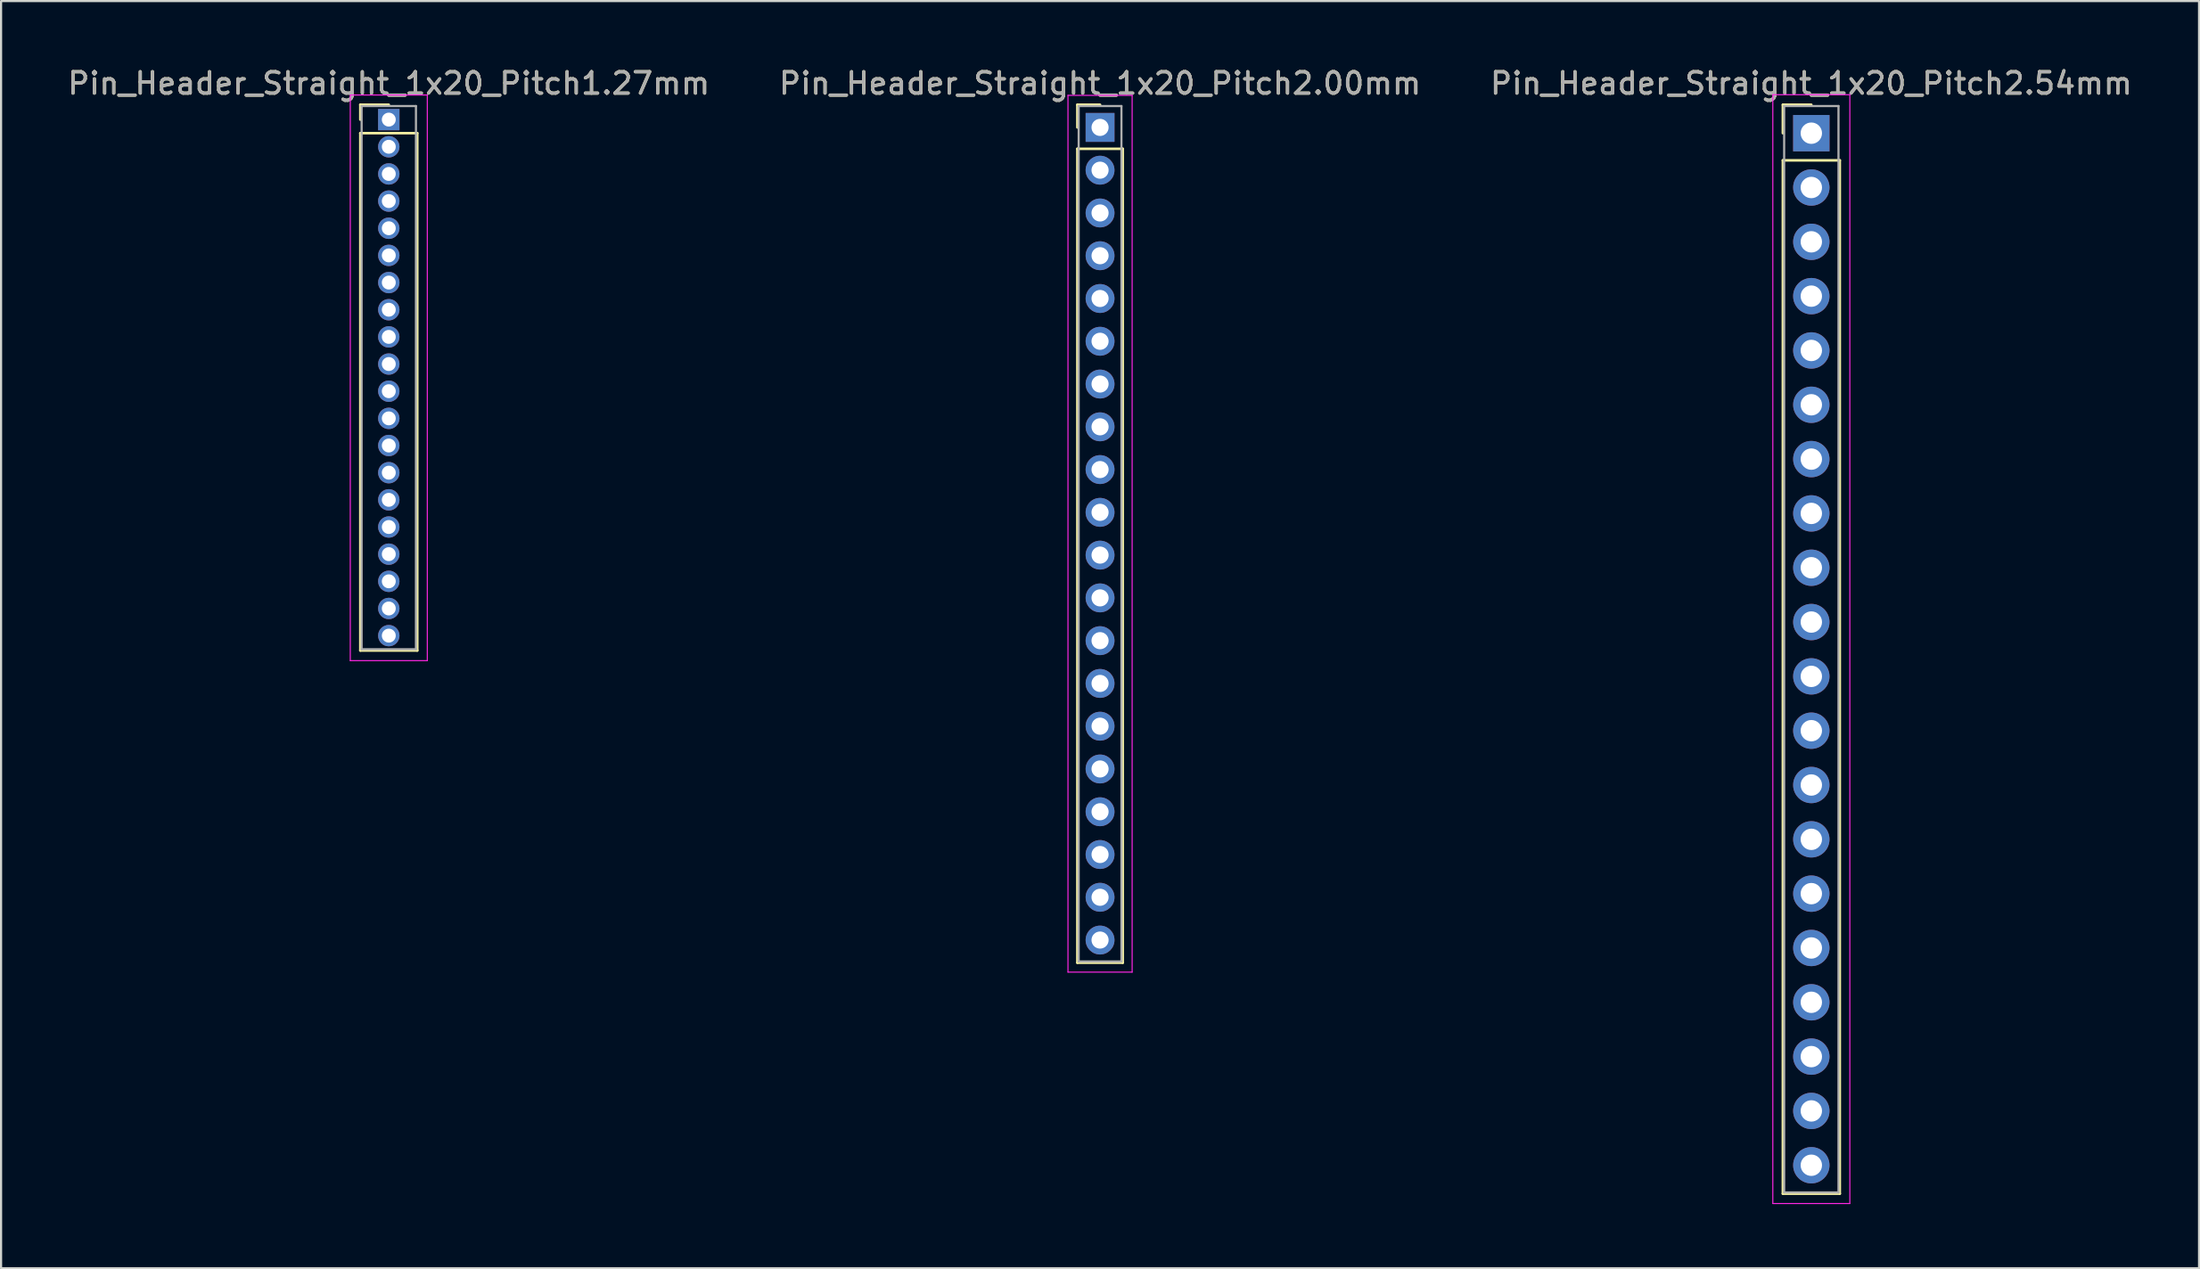
<source format=kicad_pcb>
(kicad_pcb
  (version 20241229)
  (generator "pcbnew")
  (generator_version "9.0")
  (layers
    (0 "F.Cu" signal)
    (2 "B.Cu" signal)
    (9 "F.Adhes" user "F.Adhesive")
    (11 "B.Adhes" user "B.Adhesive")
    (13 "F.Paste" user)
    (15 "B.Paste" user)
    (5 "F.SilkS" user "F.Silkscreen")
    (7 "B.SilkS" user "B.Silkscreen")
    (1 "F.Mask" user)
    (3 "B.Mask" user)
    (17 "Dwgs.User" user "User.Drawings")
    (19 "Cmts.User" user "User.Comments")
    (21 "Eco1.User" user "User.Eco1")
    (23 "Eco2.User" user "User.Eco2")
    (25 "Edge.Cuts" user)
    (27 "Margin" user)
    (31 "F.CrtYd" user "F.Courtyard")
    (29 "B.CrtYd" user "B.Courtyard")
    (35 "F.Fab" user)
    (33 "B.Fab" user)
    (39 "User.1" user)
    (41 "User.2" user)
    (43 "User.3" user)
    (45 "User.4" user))
  (footprint "Pin_Header_Straight_1x20_Pitch2.00mm"
    (layer "F.Cu")
    (at 48.375 2.908)
    (property "Reference" "Pin_Header_Straight_1x20_Pitch2.00mm" (at 0 -2.06 0) (layer "F.SilkS") (effects (font (size 1 1) (thickness 0.15))))
    (attr through_hole)
    (fp_line (start -1.06 -1.06) (end 0 -1.06) (stroke (width 0.12) (type solid)) (layer "F.SilkS"))
    (fp_line (start -1.06 0) (end -1.06 -1.06) (stroke (width 0.12) (type solid)) (layer "F.SilkS"))
    (fp_line (start -1.06 1) (end -1.06 39.06) (stroke (width 0.12) (type solid)) (layer "F.SilkS"))
    (fp_line (start -1.06 39.06) (end 1.06 39.06) (stroke (width 0.12) (type solid)) (layer "F.SilkS"))
    (fp_line (start 1.06 1) (end -1.06 1) (stroke (width 0.12) (type solid)) (layer "F.SilkS"))
    (fp_line (start 1.06 39.06) (end 1.06 1) (stroke (width 0.12) (type solid)) (layer "F.SilkS"))
    (fp_line (start -1.5 -1.5) (end -1.5 39.5) (stroke (width 0.05) (type solid)) (layer "F.CrtYd"))
    (fp_line (start -1.5 39.5) (end 1.5 39.5) (stroke (width 0.05) (type solid)) (layer "F.CrtYd"))
    (fp_line (start 1.5 -1.5) (end -1.5 -1.5) (stroke (width 0.05) (type solid)) (layer "F.CrtYd"))
    (fp_line (start 1.5 39.5) (end 1.5 -1.5) (stroke (width 0.05) (type solid)) (layer "F.CrtYd"))
    (fp_line (start -1 -1) (end -1 39) (stroke (width 0.1) (type solid)) (layer "F.Fab"))
    (fp_line (start -1 39) (end 1 39) (stroke (width 0.1) (type solid)) (layer "F.Fab"))
    (fp_line (start 1 -1) (end -1 -1) (stroke (width 0.1) (type solid)) (layer "F.Fab"))
    (fp_line (start 1 39) (end 1 -1) (stroke (width 0.1) (type solid)) (layer "F.Fab"))
    (fp_text user "${REFERENCE}" (at 0 -2.06 0) (layer "F.Fab") (effects (font (size 1 1) (thickness 0.15))))
    (pad "1" thru_hole rect (at 0 0) (size 1.35 1.35) (drill 0.8) (layers "*.Cu" "*.Mask"))
    (pad "2" thru_hole oval (at 0 2) (size 1.35 1.35) (drill 0.8) (layers "*.Cu" "*.Mask"))
    (pad "3" thru_hole oval (at 0 4) (size 1.35 1.35) (drill 0.8) (layers "*.Cu" "*.Mask"))
    (pad "4" thru_hole oval (at 0 6) (size 1.35 1.35) (drill 0.8) (layers "*.Cu" "*.Mask"))
    (pad "5" thru_hole oval (at 0 8) (size 1.35 1.35) (drill 0.8) (layers "*.Cu" "*.Mask"))
    (pad "6" thru_hole oval (at 0 10) (size 1.35 1.35) (drill 0.8) (layers "*.Cu" "*.Mask"))
    (pad "7" thru_hole oval (at 0 12) (size 1.35 1.35) (drill 0.8) (layers "*.Cu" "*.Mask"))
    (pad "8" thru_hole oval (at 0 14) (size 1.35 1.35) (drill 0.8) (layers "*.Cu" "*.Mask"))
    (pad "9" thru_hole oval (at 0 16) (size 1.35 1.35) (drill 0.8) (layers "*.Cu" "*.Mask"))
    (pad "10" thru_hole oval (at 0 18) (size 1.35 1.35) (drill 0.8) (layers "*.Cu" "*.Mask"))
    (pad "11" thru_hole oval (at 0 20) (size 1.35 1.35) (drill 0.8) (layers "*.Cu" "*.Mask"))
    (pad "12" thru_hole oval (at 0 22) (size 1.35 1.35) (drill 0.8) (layers "*.Cu" "*.Mask"))
    (pad "13" thru_hole oval (at 0 24) (size 1.35 1.35) (drill 0.8) (layers "*.Cu" "*.Mask"))
    (pad "14" thru_hole oval (at 0 26) (size 1.35 1.35) (drill 0.8) (layers "*.Cu" "*.Mask"))
    (pad "15" thru_hole oval (at 0 28) (size 1.35 1.35) (drill 0.8) (layers "*.Cu" "*.Mask"))
    (pad "16" thru_hole oval (at 0 30) (size 1.35 1.35) (drill 0.8) (layers "*.Cu" "*.Mask"))
    (pad "17" thru_hole oval (at 0 32) (size 1.35 1.35) (drill 0.8) (layers "*.Cu" "*.Mask"))
    (pad "18" thru_hole oval (at 0 34) (size 1.35 1.35) (drill 0.8) (layers "*.Cu" "*.Mask"))
    (pad "19" thru_hole oval (at 0 36) (size 1.35 1.35) (drill 0.8) (layers "*.Cu" "*.Mask"))
    (pad "20" thru_hole oval (at 0 38) (size 1.35 1.35) (drill 0.8) (layers "*.Cu" "*.Mask")))
  (footprint "Pin_Header_Straight_1x20_Pitch2.54mm"
    (layer "F.Cu")
    (at 81.625 3.178)
    (property "Reference" "Pin_Header_Straight_1x20_Pitch2.54mm" (at 0 -2.33 0) (layer "F.SilkS") (effects (font (size 1 1) (thickness 0.15))))
    (attr through_hole)
    (fp_line (start -1.33 -1.33) (end 0 -1.33) (stroke (width 0.12) (type solid)) (layer "F.SilkS"))
    (fp_line (start -1.33 0) (end -1.33 -1.33) (stroke (width 0.12) (type solid)) (layer "F.SilkS"))
    (fp_line (start -1.33 1.27) (end -1.33 49.59) (stroke (width 0.12) (type solid)) (layer "F.SilkS"))
    (fp_line (start -1.33 49.59) (end 1.33 49.59) (stroke (width 0.12) (type solid)) (layer "F.SilkS"))
    (fp_line (start 1.33 1.27) (end -1.33 1.27) (stroke (width 0.12) (type solid)) (layer "F.SilkS"))
    (fp_line (start 1.33 49.59) (end 1.33 1.27) (stroke (width 0.12) (type solid)) (layer "F.SilkS"))
    (fp_line (start -1.8 -1.8) (end -1.8 50.05) (stroke (width 0.05) (type solid)) (layer "F.CrtYd"))
    (fp_line (start -1.8 50.05) (end 1.8 50.05) (stroke (width 0.05) (type solid)) (layer "F.CrtYd"))
    (fp_line (start 1.8 -1.8) (end -1.8 -1.8) (stroke (width 0.05) (type solid)) (layer "F.CrtYd"))
    (fp_line (start 1.8 50.05) (end 1.8 -1.8) (stroke (width 0.05) (type solid)) (layer "F.CrtYd"))
    (fp_line (start -1.27 -1.27) (end -1.27 49.53) (stroke (width 0.1) (type solid)) (layer "F.Fab"))
    (fp_line (start -1.27 49.53) (end 1.27 49.53) (stroke (width 0.1) (type solid)) (layer "F.Fab"))
    (fp_line (start 1.27 -1.27) (end -1.27 -1.27) (stroke (width 0.1) (type solid)) (layer "F.Fab"))
    (fp_line (start 1.27 49.53) (end 1.27 -1.27) (stroke (width 0.1) (type solid)) (layer "F.Fab"))
    (fp_text user "${REFERENCE}" (at 0 -2.33 0) (layer "F.Fab") (effects (font (size 1 1) (thickness 0.15))))
    (pad "1" thru_hole rect (at 0 0) (size 1.7 1.7) (drill 1) (layers "*.Cu" "*.Mask"))
    (pad "2" thru_hole oval (at 0 2.54) (size 1.7 1.7) (drill 1) (layers "*.Cu" "*.Mask"))
    (pad "3" thru_hole oval (at 0 5.08) (size 1.7 1.7) (drill 1) (layers "*.Cu" "*.Mask"))
    (pad "4" thru_hole oval (at 0 7.62) (size 1.7 1.7) (drill 1) (layers "*.Cu" "*.Mask"))
    (pad "5" thru_hole oval (at 0 10.16) (size 1.7 1.7) (drill 1) (layers "*.Cu" "*.Mask"))
    (pad "6" thru_hole oval (at 0 12.7) (size 1.7 1.7) (drill 1) (layers "*.Cu" "*.Mask"))
    (pad "7" thru_hole oval (at 0 15.24) (size 1.7 1.7) (drill 1) (layers "*.Cu" "*.Mask"))
    (pad "8" thru_hole oval (at 0 17.78) (size 1.7 1.7) (drill 1) (layers "*.Cu" "*.Mask"))
    (pad "9" thru_hole oval (at 0 20.32) (size 1.7 1.7) (drill 1) (layers "*.Cu" "*.Mask"))
    (pad "10" thru_hole oval (at 0 22.86) (size 1.7 1.7) (drill 1) (layers "*.Cu" "*.Mask"))
    (pad "11" thru_hole oval (at 0 25.4) (size 1.7 1.7) (drill 1) (layers "*.Cu" "*.Mask"))
    (pad "12" thru_hole oval (at 0 27.94) (size 1.7 1.7) (drill 1) (layers "*.Cu" "*.Mask"))
    (pad "13" thru_hole oval (at 0 30.48) (size 1.7 1.7) (drill 1) (layers "*.Cu" "*.Mask"))
    (pad "14" thru_hole oval (at 0 33.02) (size 1.7 1.7) (drill 1) (layers "*.Cu" "*.Mask"))
    (pad "15" thru_hole oval (at 0 35.56) (size 1.7 1.7) (drill 1) (layers "*.Cu" "*.Mask"))
    (pad "16" thru_hole oval (at 0 38.1) (size 1.7 1.7) (drill 1) (layers "*.Cu" "*.Mask"))
    (pad "17" thru_hole oval (at 0 40.64) (size 1.7 1.7) (drill 1) (layers "*.Cu" "*.Mask"))
    (pad "18" thru_hole oval (at 0 43.18) (size 1.7 1.7) (drill 1) (layers "*.Cu" "*.Mask"))
    (pad "19" thru_hole oval (at 0 45.72) (size 1.7 1.7) (drill 1) (layers "*.Cu" "*.Mask"))
    (pad "20" thru_hole oval (at 0 48.26) (size 1.7 1.7) (drill 1) (layers "*.Cu" "*.Mask")))
  (footprint "Pin_Header_Straight_1x20_Pitch1.27mm"
    (layer "F.Cu")
    (at 15.125 2.543)
    (property "Reference" "Pin_Header_Straight_1x20_Pitch1.27mm" (at 0 -1.695 0) (layer "F.SilkS") (effects (font (size 1 1) (thickness 0.15))))
    (attr through_hole)
    (fp_line (start -1.33 -0.695) (end 0 -0.695) (stroke (width 0.12) (type solid)) (layer "F.SilkS"))
    (fp_line (start -1.33 0) (end -1.33 -0.695) (stroke (width 0.12) (type solid)) (layer "F.SilkS"))
    (fp_line (start -1.33 0.635) (end -1.33 24.825) (stroke (width 0.12) (type solid)) (layer "F.SilkS"))
    (fp_line (start -1.33 24.825) (end 1.33 24.825) (stroke (width 0.12) (type solid)) (layer "F.SilkS"))
    (fp_line (start 1.33 0.635) (end -1.33 0.635) (stroke (width 0.12) (type solid)) (layer "F.SilkS"))
    (fp_line (start 1.33 24.825) (end 1.33 0.635) (stroke (width 0.12) (type solid)) (layer "F.SilkS"))
    (fp_line (start -1.8 -1.15) (end -1.8 25.3) (stroke (width 0.05) (type solid)) (layer "F.CrtYd"))
    (fp_line (start -1.8 25.3) (end 1.8 25.3) (stroke (width 0.05) (type solid)) (layer "F.CrtYd"))
    (fp_line (start 1.8 -1.15) (end -1.8 -1.15) (stroke (width 0.05) (type solid)) (layer "F.CrtYd"))
    (fp_line (start 1.8 25.3) (end 1.8 -1.15) (stroke (width 0.05) (type solid)) (layer "F.CrtYd"))
    (fp_line (start -1.27 -0.635) (end -1.27 24.765) (stroke (width 0.1) (type solid)) (layer "F.Fab"))
    (fp_line (start -1.27 24.765) (end 1.27 24.765) (stroke (width 0.1) (type solid)) (layer "F.Fab"))
    (fp_line (start 1.27 -0.635) (end -1.27 -0.635) (stroke (width 0.1) (type solid)) (layer "F.Fab"))
    (fp_line (start 1.27 24.765) (end 1.27 -0.635) (stroke (width 0.1) (type solid)) (layer "F.Fab"))
    (fp_text user "${REFERENCE}" (at 0 -1.695 0) (layer "F.Fab") (effects (font (size 1 1) (thickness 0.15))))
    (pad "1" thru_hole rect (at 0 0) (size 1 1) (drill 0.65) (layers "*.Cu" "*.Mask"))
    (pad "2" thru_hole oval (at 0 1.27) (size 1 1) (drill 0.65) (layers "*.Cu" "*.Mask"))
    (pad "3" thru_hole oval (at 0 2.54) (size 1 1) (drill 0.65) (layers "*.Cu" "*.Mask"))
    (pad "4" thru_hole oval (at 0 3.81) (size 1 1) (drill 0.65) (layers "*.Cu" "*.Mask"))
    (pad "5" thru_hole oval (at 0 5.08) (size 1 1) (drill 0.65) (layers "*.Cu" "*.Mask"))
    (pad "6" thru_hole oval (at 0 6.35) (size 1 1) (drill 0.65) (layers "*.Cu" "*.Mask"))
    (pad "7" thru_hole oval (at 0 7.62) (size 1 1) (drill 0.65) (layers "*.Cu" "*.Mask"))
    (pad "8" thru_hole oval (at 0 8.89) (size 1 1) (drill 0.65) (layers "*.Cu" "*.Mask"))
    (pad "9" thru_hole oval (at 0 10.16) (size 1 1) (drill 0.65) (layers "*.Cu" "*.Mask"))
    (pad "10" thru_hole oval (at 0 11.43) (size 1 1) (drill 0.65) (layers "*.Cu" "*.Mask"))
    (pad "11" thru_hole oval (at 0 12.7) (size 1 1) (drill 0.65) (layers "*.Cu" "*.Mask"))
    (pad "12" thru_hole oval (at 0 13.97) (size 1 1) (drill 0.65) (layers "*.Cu" "*.Mask"))
    (pad "13" thru_hole oval (at 0 15.24) (size 1 1) (drill 0.65) (layers "*.Cu" "*.Mask"))
    (pad "14" thru_hole oval (at 0 16.51) (size 1 1) (drill 0.65) (layers "*.Cu" "*.Mask"))
    (pad "15" thru_hole oval (at 0 17.78) (size 1 1) (drill 0.65) (layers "*.Cu" "*.Mask"))
    (pad "16" thru_hole oval (at 0 19.05) (size 1 1) (drill 0.65) (layers "*.Cu" "*.Mask"))
    (pad "17" thru_hole oval (at 0 20.32) (size 1 1) (drill 0.65) (layers "*.Cu" "*.Mask"))
    (pad "18" thru_hole oval (at 0 21.59) (size 1 1) (drill 0.65) (layers "*.Cu" "*.Mask"))
    (pad "19" thru_hole oval (at 0 22.86) (size 1 1) (drill 0.65) (layers "*.Cu" "*.Mask"))
    (pad "20" thru_hole oval (at 0 24.13) (size 1 1) (drill 0.65) (layers "*.Cu" "*.Mask")))
  (gr_rect
    (start -3 -3)
    (end 99.75 56.253)
    (stroke (width 0.1) (type default))
    (fill no)
    (layer "Edge.Cuts")))
</source>
